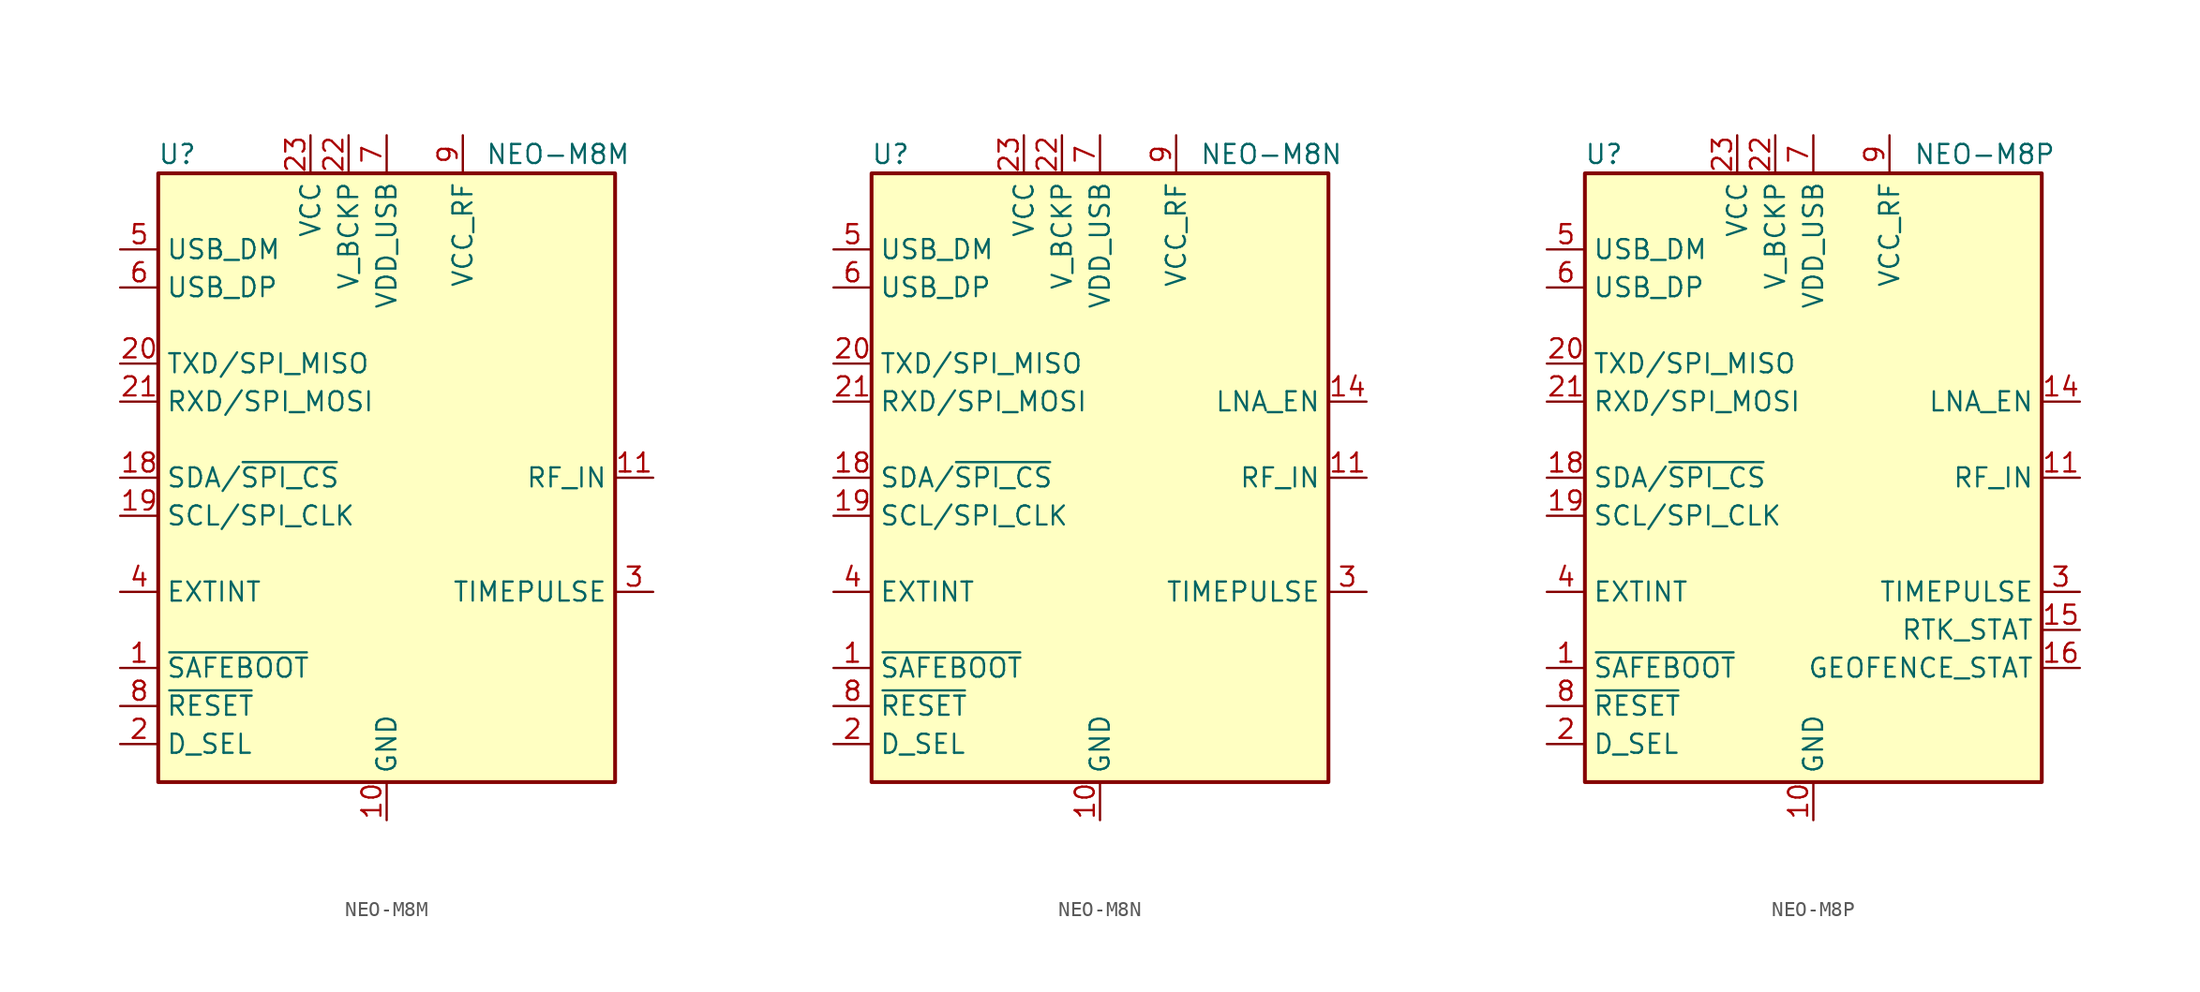
<source format=kicad_sym>
(kicad_symbol_lib
  (version 20201005)
  (generator kicad_symbol_editor)
  (symbol "RF_GPS:NEO-M8M"
    (property "Reference" "U"
      (at -13.97 21.59 0)
      (effects (font (size 1.27 1.27))))
    (property "Value" "NEO-M8M"
      (at 11.43 21.59 0)
      (effects (font (size 1.27 1.27))))
    (symbol "NEO-M8M_0_1"
      (rectangle (start -15.24 20.32) (end 15.24 -20.32) (stroke (width 0.254)) (fill (type background))))
    (symbol "NEO-M8M_1_1"
      (pin input line (at -17.78 -12.7 0) (length 2.54) (name "~SAFEBOOT" (effects (font (size 1.27 1.27)))) (number "1" (effects (font (size 1.27 1.27)))))
      (pin power_in line (at 0 -22.86 90) (length 2.54) (name "GND" (effects (font (size 1.27 1.27)))) (number "10" (effects (font (size 1.27 1.27)))))
      (pin input line (at 17.78 0 180) (length 2.54) (name "RF_IN" (effects (font (size 1.27 1.27)))) (number "11" (effects (font (size 1.27 1.27)))))
      (pin passive line (at 0 -22.86 90) (length 2.54) hide (name "GND" (effects (font (size 1.27 1.27)))) (number "12" (effects (font (size 1.27 1.27)))))
      (pin passive line (at 0 -22.86 90) (length 2.54) hide (name "GND" (effects (font (size 1.27 1.27)))) (number "13" (effects (font (size 1.27 1.27)))))
      (pin no_connect line (at 15.24 -10.16 180) (length 2.54) hide (name "RESERVED" (effects (font (size 1.27 1.27)))) (number "14" (effects (font (size 1.27 1.27)))))
      (pin no_connect line (at 15.24 -12.7 180) (length 2.54) hide (name "RESERVED" (effects (font (size 1.27 1.27)))) (number "15" (effects (font (size 1.27 1.27)))))
      (pin no_connect line (at 15.24 -15.24 180) (length 2.54) hide (name "RESERVED" (effects (font (size 1.27 1.27)))) (number "16" (effects (font (size 1.27 1.27)))))
      (pin no_connect line (at 15.24 -17.78 180) (length 2.54) hide (name "RESERVED" (effects (font (size 1.27 1.27)))) (number "17" (effects (font (size 1.27 1.27)))))
      (pin bidirectional line (at -17.78 0 0) (length 2.54) (name "SDA/~SPI_CS" (effects (font (size 1.27 1.27)))) (number "18" (effects (font (size 1.27 1.27)))))
      (pin input line (at -17.78 -2.54 0) (length 2.54) (name "SCL/SPI_CLK" (effects (font (size 1.27 1.27)))) (number "19" (effects (font (size 1.27 1.27)))))
      (pin input line (at -17.78 -17.78 0) (length 2.54) (name "D_SEL" (effects (font (size 1.27 1.27)))) (number "2" (effects (font (size 1.27 1.27)))))
      (pin output line (at -17.78 7.62 0) (length 2.54) (name "TXD/SPI_MISO" (effects (font (size 1.27 1.27)))) (number "20" (effects (font (size 1.27 1.27)))))
      (pin input line (at -17.78 5.08 0) (length 2.54) (name "RXD/SPI_MOSI" (effects (font (size 1.27 1.27)))) (number "21" (effects (font (size 1.27 1.27)))))
      (pin power_in line (at -2.54 22.86 270) (length 2.54) (name "V_BCKP" (effects (font (size 1.27 1.27)))) (number "22" (effects (font (size 1.27 1.27)))))
      (pin power_in line (at -5.08 22.86 270) (length 2.54) (name "VCC" (effects (font (size 1.27 1.27)))) (number "23" (effects (font (size 1.27 1.27)))))
      (pin passive line (at 0 -22.86 90) (length 2.54) hide (name "GND" (effects (font (size 1.27 1.27)))) (number "24" (effects (font (size 1.27 1.27)))))
      (pin output line (at 17.78 -7.62 180) (length 2.54) (name "TIMEPULSE" (effects (font (size 1.27 1.27)))) (number "3" (effects (font (size 1.27 1.27)))))
      (pin input line (at -17.78 -7.62 0) (length 2.54) (name "EXTINT" (effects (font (size 1.27 1.27)))) (number "4" (effects (font (size 1.27 1.27)))))
      (pin bidirectional line (at -17.78 15.24 0) (length 2.54) (name "USB_DM" (effects (font (size 1.27 1.27)))) (number "5" (effects (font (size 1.27 1.27)))))
      (pin bidirectional line (at -17.78 12.7 0) (length 2.54) (name "USB_DP" (effects (font (size 1.27 1.27)))) (number "6" (effects (font (size 1.27 1.27)))))
      (pin power_in line (at 0 22.86 270) (length 2.54) (name "VDD_USB" (effects (font (size 1.27 1.27)))) (number "7" (effects (font (size 1.27 1.27)))))
      (pin input line (at -17.78 -15.24 0) (length 2.54) (name "~RESET" (effects (font (size 1.27 1.27)))) (number "8" (effects (font (size 1.27 1.27)))))
      (pin power_out line (at 5.08 22.86 270) (length 2.54) (name "VCC_RF" (effects (font (size 1.27 1.27)))) (number "9" (effects (font (size 1.27 1.27)))))))
  (symbol "RF_GPS:NEO-M8N"
    (property "Reference" "U"
      (at -13.97 21.59 0)
      (effects (font (size 1.27 1.27))))
    (property "Value" "NEO-M8N"
      (at 11.43 21.59 0)
      (effects (font (size 1.27 1.27))))
    (symbol "NEO-M8N_0_1"
      (rectangle (start -15.24 20.32) (end 15.24 -20.32) (stroke (width 0.254)) (fill (type background))))
    (symbol "NEO-M8N_1_1"
      (pin input line (at -17.78 -12.7 0) (length 2.54) (name "~SAFEBOOT" (effects (font (size 1.27 1.27)))) (number "1" (effects (font (size 1.27 1.27)))))
      (pin power_in line (at 0 -22.86 90) (length 2.54) (name "GND" (effects (font (size 1.27 1.27)))) (number "10" (effects (font (size 1.27 1.27)))))
      (pin input line (at 17.78 0 180) (length 2.54) (name "RF_IN" (effects (font (size 1.27 1.27)))) (number "11" (effects (font (size 1.27 1.27)))))
      (pin passive line (at 0 -22.86 90) (length 2.54) hide (name "GND" (effects (font (size 1.27 1.27)))) (number "12" (effects (font (size 1.27 1.27)))))
      (pin passive line (at 0 -22.86 90) (length 2.54) hide (name "GND" (effects (font (size 1.27 1.27)))) (number "13" (effects (font (size 1.27 1.27)))))
      (pin output line (at 17.78 5.08 180) (length 2.54) (name "LNA_EN" (effects (font (size 1.27 1.27)))) (number "14" (effects (font (size 1.27 1.27)))))
      (pin no_connect line (at 15.24 -10.16 180) (length 2.54) hide (name "RESERVED" (effects (font (size 1.27 1.27)))) (number "15" (effects (font (size 1.27 1.27)))))
      (pin no_connect line (at 15.24 -12.7 180) (length 2.54) hide (name "RESERVED" (effects (font (size 1.27 1.27)))) (number "16" (effects (font (size 1.27 1.27)))))
      (pin no_connect line (at 15.24 -15.24 180) (length 2.54) hide (name "RESERVED" (effects (font (size 1.27 1.27)))) (number "17" (effects (font (size 1.27 1.27)))))
      (pin bidirectional line (at -17.78 0 0) (length 2.54) (name "SDA/~SPI_CS" (effects (font (size 1.27 1.27)))) (number "18" (effects (font (size 1.27 1.27)))))
      (pin input line (at -17.78 -2.54 0) (length 2.54) (name "SCL/SPI_CLK" (effects (font (size 1.27 1.27)))) (number "19" (effects (font (size 1.27 1.27)))))
      (pin input line (at -17.78 -17.78 0) (length 2.54) (name "D_SEL" (effects (font (size 1.27 1.27)))) (number "2" (effects (font (size 1.27 1.27)))))
      (pin output line (at -17.78 7.62 0) (length 2.54) (name "TXD/SPI_MISO" (effects (font (size 1.27 1.27)))) (number "20" (effects (font (size 1.27 1.27)))))
      (pin input line (at -17.78 5.08 0) (length 2.54) (name "RXD/SPI_MOSI" (effects (font (size 1.27 1.27)))) (number "21" (effects (font (size 1.27 1.27)))))
      (pin power_in line (at -2.54 22.86 270) (length 2.54) (name "V_BCKP" (effects (font (size 1.27 1.27)))) (number "22" (effects (font (size 1.27 1.27)))))
      (pin power_in line (at -5.08 22.86 270) (length 2.54) (name "VCC" (effects (font (size 1.27 1.27)))) (number "23" (effects (font (size 1.27 1.27)))))
      (pin passive line (at 0 -22.86 90) (length 2.54) hide (name "GND" (effects (font (size 1.27 1.27)))) (number "24" (effects (font (size 1.27 1.27)))))
      (pin output line (at 17.78 -7.62 180) (length 2.54) (name "TIMEPULSE" (effects (font (size 1.27 1.27)))) (number "3" (effects (font (size 1.27 1.27)))))
      (pin input line (at -17.78 -7.62 0) (length 2.54) (name "EXTINT" (effects (font (size 1.27 1.27)))) (number "4" (effects (font (size 1.27 1.27)))))
      (pin bidirectional line (at -17.78 15.24 0) (length 2.54) (name "USB_DM" (effects (font (size 1.27 1.27)))) (number "5" (effects (font (size 1.27 1.27)))))
      (pin bidirectional line (at -17.78 12.7 0) (length 2.54) (name "USB_DP" (effects (font (size 1.27 1.27)))) (number "6" (effects (font (size 1.27 1.27)))))
      (pin power_in line (at 0 22.86 270) (length 2.54) (name "VDD_USB" (effects (font (size 1.27 1.27)))) (number "7" (effects (font (size 1.27 1.27)))))
      (pin input line (at -17.78 -15.24 0) (length 2.54) (name "~RESET" (effects (font (size 1.27 1.27)))) (number "8" (effects (font (size 1.27 1.27)))))
      (pin power_out line (at 5.08 22.86 270) (length 2.54) (name "VCC_RF" (effects (font (size 1.27 1.27)))) (number "9" (effects (font (size 1.27 1.27)))))))
  (symbol "RF_GPS:NEO-M8P"
    (property "Reference" "U"
      (at -13.97 21.59 0)
      (effects (font (size 1.27 1.27))))
    (property "Value" "NEO-M8P"
      (at 11.43 21.59 0)
      (effects (font (size 1.27 1.27))))
    (symbol "NEO-M8P_0_1"
      (rectangle (start -15.24 20.32) (end 15.24 -20.32) (stroke (width 0.254)) (fill (type background))))
    (symbol "NEO-M8P_1_1"
      (pin input line (at -17.78 -12.7 0) (length 2.54) (name "~SAFEBOOT" (effects (font (size 1.27 1.27)))) (number "1" (effects (font (size 1.27 1.27)))))
      (pin power_in line (at 0 -22.86 90) (length 2.54) (name "GND" (effects (font (size 1.27 1.27)))) (number "10" (effects (font (size 1.27 1.27)))))
      (pin input line (at 17.78 0 180) (length 2.54) (name "RF_IN" (effects (font (size 1.27 1.27)))) (number "11" (effects (font (size 1.27 1.27)))))
      (pin passive line (at 0 -22.86 90) (length 2.54) hide (name "GND" (effects (font (size 1.27 1.27)))) (number "12" (effects (font (size 1.27 1.27)))))
      (pin passive line (at 0 -22.86 90) (length 2.54) hide (name "GND" (effects (font (size 1.27 1.27)))) (number "13" (effects (font (size 1.27 1.27)))))
      (pin output line (at 17.78 5.08 180) (length 2.54) (name "LNA_EN" (effects (font (size 1.27 1.27)))) (number "14" (effects (font (size 1.27 1.27)))))
      (pin output line (at 17.78 -10.16 180) (length 2.54) (name "RTK_STAT" (effects (font (size 1.27 1.27)))) (number "15" (effects (font (size 1.27 1.27)))))
      (pin output line (at 17.78 -12.7 180) (length 2.54) (name "GEOFENCE_STAT" (effects (font (size 1.27 1.27)))) (number "16" (effects (font (size 1.27 1.27)))))
      (pin no_connect line (at 15.24 -17.78 180) (length 2.54) hide (name "RESERVED" (effects (font (size 1.27 1.27)))) (number "17" (effects (font (size 1.27 1.27)))))
      (pin bidirectional line (at -17.78 0 0) (length 2.54) (name "SDA/~SPI_CS" (effects (font (size 1.27 1.27)))) (number "18" (effects (font (size 1.27 1.27)))))
      (pin input line (at -17.78 -2.54 0) (length 2.54) (name "SCL/SPI_CLK" (effects (font (size 1.27 1.27)))) (number "19" (effects (font (size 1.27 1.27)))))
      (pin input line (at -17.78 -17.78 0) (length 2.54) (name "D_SEL" (effects (font (size 1.27 1.27)))) (number "2" (effects (font (size 1.27 1.27)))))
      (pin output line (at -17.78 7.62 0) (length 2.54) (name "TXD/SPI_MISO" (effects (font (size 1.27 1.27)))) (number "20" (effects (font (size 1.27 1.27)))))
      (pin input line (at -17.78 5.08 0) (length 2.54) (name "RXD/SPI_MOSI" (effects (font (size 1.27 1.27)))) (number "21" (effects (font (size 1.27 1.27)))))
      (pin power_in line (at -2.54 22.86 270) (length 2.54) (name "V_BCKP" (effects (font (size 1.27 1.27)))) (number "22" (effects (font (size 1.27 1.27)))))
      (pin power_in line (at -5.08 22.86 270) (length 2.54) (name "VCC" (effects (font (size 1.27 1.27)))) (number "23" (effects (font (size 1.27 1.27)))))
      (pin passive line (at 0 -22.86 90) (length 2.54) hide (name "GND" (effects (font (size 1.27 1.27)))) (number "24" (effects (font (size 1.27 1.27)))))
      (pin output line (at 17.78 -7.62 180) (length 2.54) (name "TIMEPULSE" (effects (font (size 1.27 1.27)))) (number "3" (effects (font (size 1.27 1.27)))))
      (pin input line (at -17.78 -7.62 0) (length 2.54) (name "EXTINT" (effects (font (size 1.27 1.27)))) (number "4" (effects (font (size 1.27 1.27)))))
      (pin bidirectional line (at -17.78 15.24 0) (length 2.54) (name "USB_DM" (effects (font (size 1.27 1.27)))) (number "5" (effects (font (size 1.27 1.27)))))
      (pin bidirectional line (at -17.78 12.7 0) (length 2.54) (name "USB_DP" (effects (font (size 1.27 1.27)))) (number "6" (effects (font (size 1.27 1.27)))))
      (pin power_in line (at 0 22.86 270) (length 2.54) (name "VDD_USB" (effects (font (size 1.27 1.27)))) (number "7" (effects (font (size 1.27 1.27)))))
      (pin input line (at -17.78 -15.24 0) (length 2.54) (name "~RESET" (effects (font (size 1.27 1.27)))) (number "8" (effects (font (size 1.27 1.27)))))
      (pin power_out line (at 5.08 22.86 270) (length 2.54) (name "VCC_RF" (effects (font (size 1.27 1.27)))) (number "9" (effects (font (size 1.27 1.27))))))))
</source>
